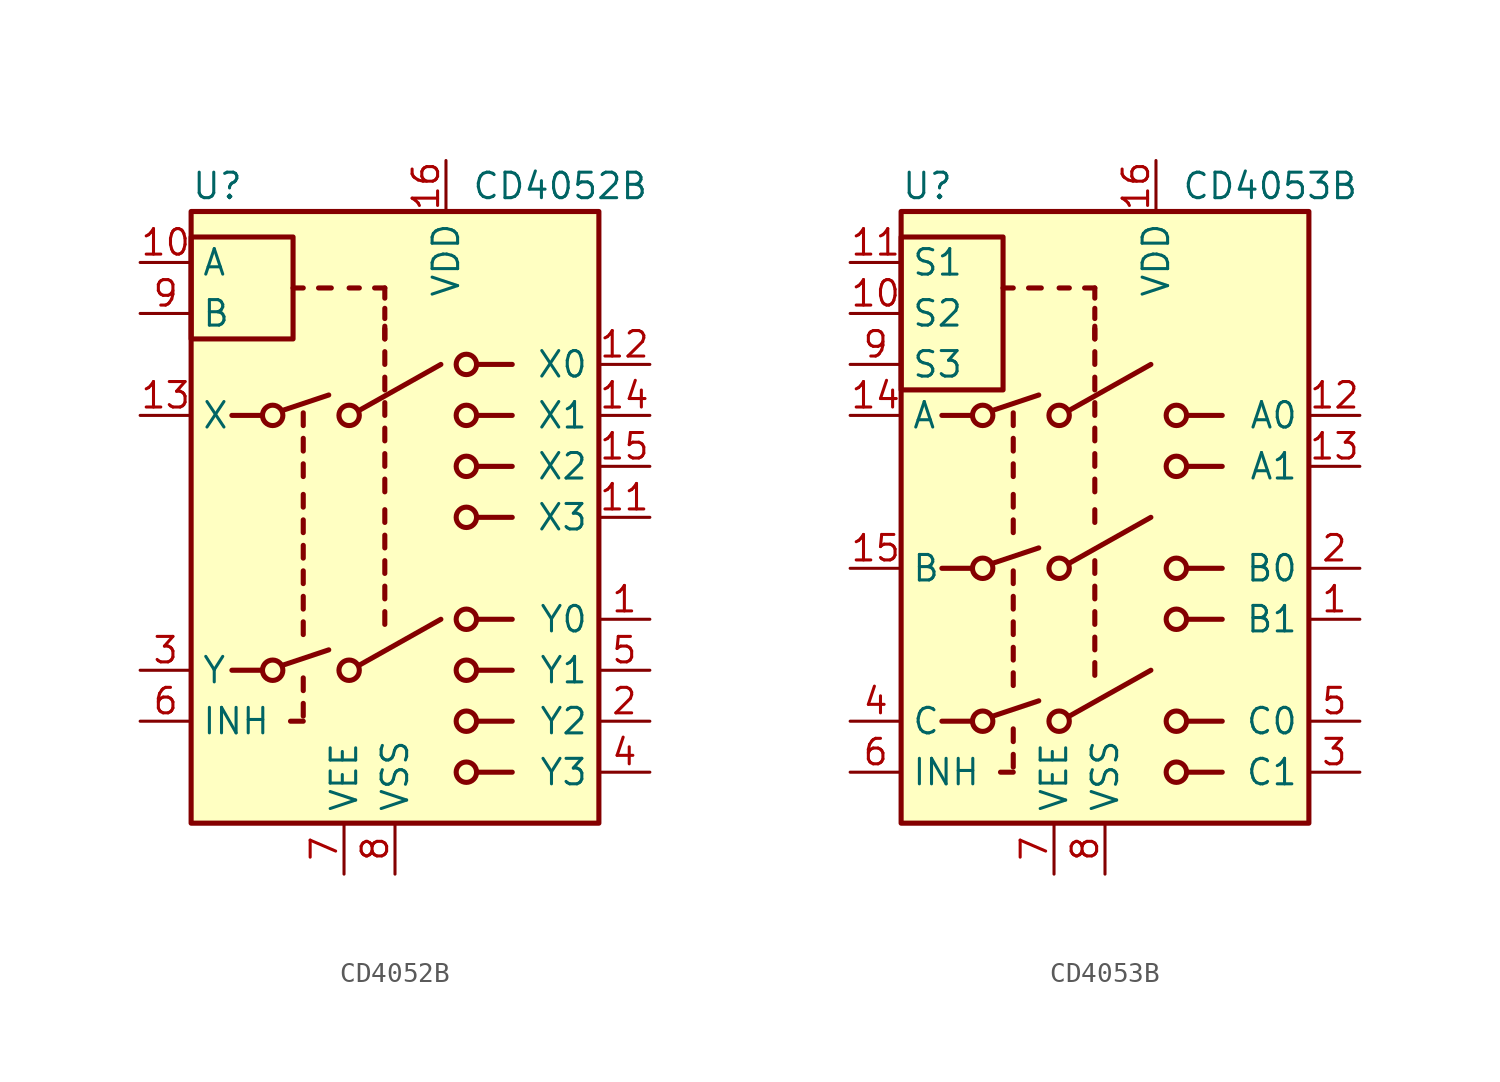
<source format=kicad_sym>
(kicad_symbol_lib
  (version 20220914)
  (generator kicad_symbol_editor)
  (symbol "CD4052B"
    (property "Reference" "U"
      (at -10.16 16.51 0)
      (effects (font (size 1.27 1.27)) (justify left)))
    (property "Value" "CD4052B"
      (at 3.81 16.51 0)
      (effects (font (size 1.27 1.27)) (justify left)))
    (symbol "CD4052B_0_1"
      (rectangle (start -10.16 8.89) (end -5.08 13.97) (stroke (width 0.254) (type default)) (fill (type none)))
      (rectangle (start -10.16 15.24) (end 10.16 -15.24) (stroke (width 0.254) (type default)) (fill (type background)))
      (circle (center -6.096 -7.62) (radius 0.508) (stroke (width 0.254) (type default)) (fill (type none)))
      (circle (center -6.096 5.08) (radius 0.508) (stroke (width 0.254) (type default)) (fill (type none)))
      (circle (center -2.286 -7.62) (radius 0.508) (stroke (width 0.254) (type default)) (fill (type none)))
      (circle (center -2.286 5.08) (radius 0.508) (stroke (width 0.254) (type default)) (fill (type none)))
      (polyline (pts (xy -8.128 -7.62) (xy -6.604 -7.62)) (stroke (width 0.254) (type default)) (fill (type none)))
      (polyline (pts (xy -8.128 5.08) (xy -6.604 5.08)) (stroke (width 0.254) (type default)) (fill (type none)))
      (polyline (pts (xy -5.588 -7.366) (xy -3.302 -6.604)) (stroke (width 0.254) (type default)) (fill (type none)))
      (polyline (pts (xy -5.588 5.334) (xy -3.302 6.096)) (stroke (width 0.254) (type default)) (fill (type none)))
      (polyline (pts (xy -4.572 -10.16) (xy -5.207 -10.16)) (stroke (width 0.254) (type default)) (fill (type none)))
      (polyline (pts (xy -4.572 -9.906) (xy -4.572 -9.271)) (stroke (width 0.254) (type default)) (fill (type none)))
      (polyline (pts (xy -4.572 -8.636) (xy -4.572 -8.001)) (stroke (width 0.254) (type default)) (fill (type none)))
      (polyline (pts (xy -4.572 -5.842) (xy -4.572 -5.207)) (stroke (width 0.254) (type default)) (fill (type none)))
      (polyline (pts (xy -4.572 -4.572) (xy -4.572 -3.937)) (stroke (width 0.254) (type default)) (fill (type none)))
      (polyline (pts (xy -4.572 -3.302) (xy -4.572 -2.667)) (stroke (width 0.254) (type default)) (fill (type none)))
      (polyline (pts (xy -4.572 -2.032) (xy -4.572 -1.397)) (stroke (width 0.254) (type default)) (fill (type none)))
      (polyline (pts (xy -4.572 -0.762) (xy -4.572 -0.127)) (stroke (width 0.254) (type default)) (fill (type none)))
      (polyline (pts (xy -4.572 0.508) (xy -4.572 1.143)) (stroke (width 0.254) (type default)) (fill (type none)))
      (polyline (pts (xy -4.572 2.032) (xy -4.572 2.667)) (stroke (width 0.254) (type default)) (fill (type none)))
      (polyline (pts (xy -4.572 3.302) (xy -4.572 3.937)) (stroke (width 0.254) (type default)) (fill (type none)))
      (polyline (pts (xy -4.572 4.572) (xy -4.572 5.207)) (stroke (width 0.254) (type default)) (fill (type none)))
      (polyline (pts (xy -4.572 11.43) (xy -5.08 11.43)) (stroke (width 0.254) (type default)) (fill (type none)))
      (polyline (pts (xy -3.81 11.43) (xy -3.175 11.43)) (stroke (width 0.254) (type default)) (fill (type none)))
      (polyline (pts (xy -1.778 -7.366) (xy 2.286 -5.08)) (stroke (width 0.254) (type default)) (fill (type none)))
      (polyline (pts (xy -1.778 5.334) (xy 2.286 7.62)) (stroke (width 0.254) (type default)) (fill (type none)))
      (polyline (pts (xy -1.778 11.43) (xy -2.286 11.43)) (stroke (width 0.254) (type default)) (fill (type none)))
      (polyline (pts (xy -0.508 -5.334) (xy -0.508 -4.699)) (stroke (width 0.254) (type default)) (fill (type none)))
      (polyline (pts (xy -0.508 -4.064) (xy -0.508 -3.429)) (stroke (width 0.254) (type default)) (fill (type none)))
      (polyline (pts (xy -0.508 -2.794) (xy -0.508 -2.159)) (stroke (width 0.254) (type default)) (fill (type none)))
      (polyline (pts (xy -0.508 -1.524) (xy -0.508 -0.889)) (stroke (width 0.254) (type default)) (fill (type none)))
      (polyline (pts (xy -0.508 -0.254) (xy -0.508 0.381)) (stroke (width 0.254) (type default)) (fill (type none)))
      (polyline (pts (xy -0.508 1.27) (xy -0.508 1.905)) (stroke (width 0.254) (type default)) (fill (type none)))
      (polyline (pts (xy -0.508 2.54) (xy -0.508 3.175)) (stroke (width 0.254) (type default)) (fill (type none)))
      (polyline (pts (xy -0.508 3.81) (xy -0.508 4.445)) (stroke (width 0.254) (type default)) (fill (type none)))
      (polyline (pts (xy -0.508 5.08) (xy -0.508 5.715)) (stroke (width 0.254) (type default)) (fill (type none)))
      (polyline (pts (xy -0.508 6.35) (xy -0.508 6.985)) (stroke (width 0.254) (type default)) (fill (type none)))
      (polyline (pts (xy -0.508 7.62) (xy -0.508 8.255)) (stroke (width 0.254) (type default)) (fill (type none)))
      (polyline (pts (xy -0.508 8.89) (xy -0.508 9.398)) (stroke (width 0.254) (type default)) (fill (type none)))
      (polyline (pts (xy -0.508 8.89) (xy -0.508 9.525)) (stroke (width 0.254) (type default)) (fill (type none)))
      (polyline (pts (xy -0.508 9.906) (xy -0.508 10.414)) (stroke (width 0.254) (type default)) (fill (type none)))
      (polyline (pts (xy -0.508 10.922) (xy -0.508 11.43)) (stroke (width 0.254) (type default)) (fill (type none)))
      (polyline (pts (xy -0.508 11.43) (xy -1.016 11.43)) (stroke (width 0.254) (type default)) (fill (type none)))
      (polyline (pts (xy 4.064 -12.7) (xy 5.842 -12.7)) (stroke (width 0.254) (type default)) (fill (type none)))
      (polyline (pts (xy 4.064 -10.16) (xy 5.842 -10.16)) (stroke (width 0.254) (type default)) (fill (type none)))
      (polyline (pts (xy 4.064 -7.62) (xy 5.842 -7.62)) (stroke (width 0.254) (type default)) (fill (type none)))
      (polyline (pts (xy 4.064 -5.08) (xy 5.842 -5.08)) (stroke (width 0.254) (type default)) (fill (type none)))
      (polyline (pts (xy 4.064 0) (xy 5.842 0)) (stroke (width 0.254) (type default)) (fill (type none)))
      (polyline (pts (xy 4.064 2.54) (xy 5.842 2.54)) (stroke (width 0.254) (type default)) (fill (type none)))
      (polyline (pts (xy 4.064 5.08) (xy 5.842 5.08)) (stroke (width 0.254) (type default)) (fill (type none)))
      (polyline (pts (xy 4.064 7.62) (xy 5.842 7.62)) (stroke (width 0.254) (type default)) (fill (type none)))
      (circle (center 3.556 -12.7) (radius 0.508) (stroke (width 0.254) (type default)) (fill (type none)))
      (circle (center 3.556 -10.16) (radius 0.508) (stroke (width 0.254) (type default)) (fill (type none)))
      (circle (center 3.556 -7.62) (radius 0.508) (stroke (width 0.254) (type default)) (fill (type none)))
      (circle (center 3.556 -5.08) (radius 0.508) (stroke (width 0.254) (type default)) (fill (type none)))
      (circle (center 3.556 0) (radius 0.508) (stroke (width 0.254) (type default)) (fill (type none)))
      (circle (center 3.556 2.54) (radius 0.508) (stroke (width 0.254) (type default)) (fill (type none)))
      (circle (center 3.556 5.08) (radius 0.508) (stroke (width 0.254) (type default)) (fill (type none)))
      (circle (center 3.556 7.62) (radius 0.508) (stroke (width 0.254) (type default)) (fill (type none))))
    (symbol "CD4052B_1_1"
      (pin bidirectional line (at 12.7 -5.08 180) (length 2.54) (name "Y0" (effects (font (size 1.27 1.27)))) (number "1" (effects (font (size 1.27 1.27)))))
      (pin input line (at -12.7 12.7 0) (length 2.54) (name "A" (effects (font (size 1.27 1.27)))) (number "10" (effects (font (size 1.27 1.27)))))
      (pin bidirectional line (at 12.7 0 180) (length 2.54) (name "X3" (effects (font (size 1.27 1.27)))) (number "11" (effects (font (size 1.27 1.27)))))
      (pin bidirectional line (at 12.7 7.62 180) (length 2.54) (name "X0" (effects (font (size 1.27 1.27)))) (number "12" (effects (font (size 1.27 1.27)))))
      (pin bidirectional line (at -12.7 5.08 0) (length 2.54) (name "X" (effects (font (size 1.27 1.27)))) (number "13" (effects (font (size 1.27 1.27)))))
      (pin bidirectional line (at 12.7 5.08 180) (length 2.54) (name "X1" (effects (font (size 1.27 1.27)))) (number "14" (effects (font (size 1.27 1.27)))))
      (pin bidirectional line (at 12.7 2.54 180) (length 2.54) (name "X2" (effects (font (size 1.27 1.27)))) (number "15" (effects (font (size 1.27 1.27)))))
      (pin power_in line (at 2.54 17.78 270) (length 2.54) (name "VDD" (effects (font (size 1.27 1.27)))) (number "16" (effects (font (size 1.27 1.27)))))
      (pin bidirectional line (at 12.7 -10.16 180) (length 2.54) (name "Y2" (effects (font (size 1.27 1.27)))) (number "2" (effects (font (size 1.27 1.27)))))
      (pin bidirectional line (at -12.7 -7.62 0) (length 2.54) (name "Y" (effects (font (size 1.27 1.27)))) (number "3" (effects (font (size 1.27 1.27)))))
      (pin bidirectional line (at 12.7 -12.7 180) (length 2.54) (name "Y3" (effects (font (size 1.27 1.27)))) (number "4" (effects (font (size 1.27 1.27)))))
      (pin bidirectional line (at 12.7 -7.62 180) (length 2.54) (name "Y1" (effects (font (size 1.27 1.27)))) (number "5" (effects (font (size 1.27 1.27)))))
      (pin input line (at -12.7 -10.16 0) (length 2.54) (name "INH" (effects (font (size 1.27 1.27)))) (number "6" (effects (font (size 1.27 1.27)))))
      (pin power_in line (at -2.54 -17.78 90) (length 2.54) (name "VEE" (effects (font (size 1.27 1.27)))) (number "7" (effects (font (size 1.27 1.27)))))
      (pin power_in line (at 0 -17.78 90) (length 2.54) (name "VSS" (effects (font (size 1.27 1.27)))) (number "8" (effects (font (size 1.27 1.27)))))
      (pin input line (at -12.7 10.16 0) (length 2.54) (name "B" (effects (font (size 1.27 1.27)))) (number "9" (effects (font (size 1.27 1.27)))))))
  (symbol "CD4053B"
    (property "Reference" "U"
      (at -10.16 16.51 0)
      (effects (font (size 1.27 1.27)) (justify left)))
    (property "Value" "CD4053B"
      (at 3.81 16.51 0)
      (effects (font (size 1.27 1.27)) (justify left)))
    (symbol "CD4053B_0_1"
      (rectangle (start -10.16 6.35) (end -5.08 13.97) (stroke (width 0.254) (type default)) (fill (type none)))
      (rectangle (start -10.16 15.24) (end 10.16 -15.24) (stroke (width 0.254) (type default)) (fill (type background)))
      (circle (center -6.096 -10.16) (radius 0.508) (stroke (width 0.254) (type default)) (fill (type none)))
      (circle (center -6.096 -2.54) (radius 0.508) (stroke (width 0.254) (type default)) (fill (type none)))
      (circle (center -6.096 5.08) (radius 0.508) (stroke (width 0.254) (type default)) (fill (type none)))
      (circle (center -2.286 -10.16) (radius 0.508) (stroke (width 0.254) (type default)) (fill (type none)))
      (circle (center -2.286 -2.54) (radius 0.508) (stroke (width 0.254) (type default)) (fill (type none)))
      (circle (center -2.286 5.08) (radius 0.508) (stroke (width 0.254) (type default)) (fill (type none)))
      (polyline (pts (xy -8.128 -10.16) (xy -6.604 -10.16)) (stroke (width 0.254) (type default)) (fill (type none)))
      (polyline (pts (xy -8.128 -2.54) (xy -6.604 -2.54)) (stroke (width 0.254) (type default)) (fill (type none)))
      (polyline (pts (xy -8.128 5.08) (xy -6.604 5.08)) (stroke (width 0.254) (type default)) (fill (type none)))
      (polyline (pts (xy -5.588 -9.906) (xy -3.302 -9.144)) (stroke (width 0.254) (type default)) (fill (type none)))
      (polyline (pts (xy -5.588 -2.286) (xy -3.302 -1.524)) (stroke (width 0.254) (type default)) (fill (type none)))
      (polyline (pts (xy -5.588 5.334) (xy -3.302 6.096)) (stroke (width 0.254) (type default)) (fill (type none)))
      (polyline (pts (xy -4.572 -12.7) (xy -5.207 -12.7)) (stroke (width 0.254) (type default)) (fill (type none)))
      (polyline (pts (xy -4.572 -12.446) (xy -4.572 -11.811)) (stroke (width 0.254) (type default)) (fill (type none)))
      (polyline (pts (xy -4.572 -11.176) (xy -4.572 -10.541)) (stroke (width 0.254) (type default)) (fill (type none)))
      (polyline (pts (xy -4.572 -8.382) (xy -4.572 -7.747)) (stroke (width 0.254) (type default)) (fill (type none)))
      (polyline (pts (xy -4.572 -7.112) (xy -4.572 -6.477)) (stroke (width 0.254) (type default)) (fill (type none)))
      (polyline (pts (xy -4.572 -5.842) (xy -4.572 -5.207)) (stroke (width 0.254) (type default)) (fill (type none)))
      (polyline (pts (xy -4.572 -4.572) (xy -4.572 -3.937)) (stroke (width 0.254) (type default)) (fill (type none)))
      (polyline (pts (xy -4.572 -3.302) (xy -4.572 -2.667)) (stroke (width 0.254) (type default)) (fill (type none)))
      (polyline (pts (xy -4.572 -0.762) (xy -4.572 -0.127)) (stroke (width 0.254) (type default)) (fill (type none)))
      (polyline (pts (xy -4.572 0.508) (xy -4.572 1.143)) (stroke (width 0.254) (type default)) (fill (type none)))
      (polyline (pts (xy -4.572 2.032) (xy -4.572 2.667)) (stroke (width 0.254) (type default)) (fill (type none)))
      (polyline (pts (xy -4.572 3.302) (xy -4.572 3.937)) (stroke (width 0.254) (type default)) (fill (type none)))
      (polyline (pts (xy -4.572 4.572) (xy -4.572 5.207)) (stroke (width 0.254) (type default)) (fill (type none)))
      (polyline (pts (xy -4.572 11.43) (xy -5.08 11.43)) (stroke (width 0.254) (type default)) (fill (type none)))
      (polyline (pts (xy -3.81 11.43) (xy -3.175 11.43)) (stroke (width 0.254) (type default)) (fill (type none)))
      (polyline (pts (xy -1.778 -9.906) (xy 2.286 -7.62)) (stroke (width 0.254) (type default)) (fill (type none)))
      (polyline (pts (xy -1.778 -2.286) (xy 2.286 0)) (stroke (width 0.254) (type default)) (fill (type none)))
      (polyline (pts (xy -1.778 5.334) (xy 2.286 7.62)) (stroke (width 0.254) (type default)) (fill (type none)))
      (polyline (pts (xy -1.778 11.43) (xy -2.286 11.43)) (stroke (width 0.254) (type default)) (fill (type none)))
      (polyline (pts (xy -0.508 -7.874) (xy -0.508 -7.239)) (stroke (width 0.254) (type default)) (fill (type none)))
      (polyline (pts (xy -0.508 -6.604) (xy -0.508 -5.969)) (stroke (width 0.254) (type default)) (fill (type none)))
      (polyline (pts (xy -0.508 -5.334) (xy -0.508 -4.699)) (stroke (width 0.254) (type default)) (fill (type none)))
      (polyline (pts (xy -0.508 -4.064) (xy -0.508 -3.429)) (stroke (width 0.254) (type default)) (fill (type none)))
      (polyline (pts (xy -0.508 -2.794) (xy -0.508 -2.159)) (stroke (width 0.254) (type default)) (fill (type none)))
      (polyline (pts (xy -0.508 -0.254) (xy -0.508 0.381)) (stroke (width 0.254) (type default)) (fill (type none)))
      (polyline (pts (xy -0.508 1.27) (xy -0.508 1.905)) (stroke (width 0.254) (type default)) (fill (type none)))
      (polyline (pts (xy -0.508 2.54) (xy -0.508 3.175)) (stroke (width 0.254) (type default)) (fill (type none)))
      (polyline (pts (xy -0.508 3.81) (xy -0.508 4.445)) (stroke (width 0.254) (type default)) (fill (type none)))
      (polyline (pts (xy -0.508 5.08) (xy -0.508 5.715)) (stroke (width 0.254) (type default)) (fill (type none)))
      (polyline (pts (xy -0.508 6.35) (xy -0.508 6.985)) (stroke (width 0.254) (type default)) (fill (type none)))
      (polyline (pts (xy -0.508 7.62) (xy -0.508 8.255)) (stroke (width 0.254) (type default)) (fill (type none)))
      (polyline (pts (xy -0.508 8.89) (xy -0.508 9.398)) (stroke (width 0.254) (type default)) (fill (type none)))
      (polyline (pts (xy -0.508 8.89) (xy -0.508 9.525)) (stroke (width 0.254) (type default)) (fill (type none)))
      (polyline (pts (xy -0.508 9.906) (xy -0.508 10.414)) (stroke (width 0.254) (type default)) (fill (type none)))
      (polyline (pts (xy -0.508 10.922) (xy -0.508 11.43)) (stroke (width 0.254) (type default)) (fill (type none)))
      (polyline (pts (xy -0.508 11.43) (xy -1.016 11.43)) (stroke (width 0.254) (type default)) (fill (type none)))
      (polyline (pts (xy 4.064 -12.7) (xy 5.842 -12.7)) (stroke (width 0.254) (type default)) (fill (type none)))
      (polyline (pts (xy 4.064 -10.16) (xy 5.842 -10.16)) (stroke (width 0.254) (type default)) (fill (type none)))
      (polyline (pts (xy 4.064 -5.08) (xy 5.842 -5.08)) (stroke (width 0.254) (type default)) (fill (type none)))
      (polyline (pts (xy 4.064 -2.54) (xy 5.842 -2.54)) (stroke (width 0.254) (type default)) (fill (type none)))
      (polyline (pts (xy 4.064 2.54) (xy 5.842 2.54)) (stroke (width 0.254) (type default)) (fill (type none)))
      (polyline (pts (xy 4.064 5.08) (xy 5.842 5.08)) (stroke (width 0.254) (type default)) (fill (type none)))
      (circle (center 3.556 -12.7) (radius 0.508) (stroke (width 0.254) (type default)) (fill (type none)))
      (circle (center 3.556 -10.16) (radius 0.508) (stroke (width 0.254) (type default)) (fill (type none)))
      (circle (center 3.556 -5.08) (radius 0.508) (stroke (width 0.254) (type default)) (fill (type none)))
      (circle (center 3.556 -2.54) (radius 0.508) (stroke (width 0.254) (type default)) (fill (type none)))
      (circle (center 3.556 2.54) (radius 0.508) (stroke (width 0.254) (type default)) (fill (type none)))
      (circle (center 3.556 5.08) (radius 0.508) (stroke (width 0.254) (type default)) (fill (type none))))
    (symbol "CD4053B_1_1"
      (pin bidirectional line (at 12.7 -5.08 180) (length 2.54) (name "B1" (effects (font (size 1.27 1.27)))) (number "1" (effects (font (size 1.27 1.27)))))
      (pin input line (at -12.7 10.16 0) (length 2.54) (name "S2" (effects (font (size 1.27 1.27)))) (number "10" (effects (font (size 1.27 1.27)))))
      (pin input line (at -12.7 12.7 0) (length 2.54) (name "S1" (effects (font (size 1.27 1.27)))) (number "11" (effects (font (size 1.27 1.27)))))
      (pin bidirectional line (at 12.7 5.08 180) (length 2.54) (name "A0" (effects (font (size 1.27 1.27)))) (number "12" (effects (font (size 1.27 1.27)))))
      (pin bidirectional line (at 12.7 2.54 180) (length 2.54) (name "A1" (effects (font (size 1.27 1.27)))) (number "13" (effects (font (size 1.27 1.27)))))
      (pin bidirectional line (at -12.7 5.08 0) (length 2.54) (name "A" (effects (font (size 1.27 1.27)))) (number "14" (effects (font (size 1.27 1.27)))))
      (pin bidirectional line (at -12.7 -2.54 0) (length 2.54) (name "B" (effects (font (size 1.27 1.27)))) (number "15" (effects (font (size 1.27 1.27)))))
      (pin power_in line (at 2.54 17.78 270) (length 2.54) (name "VDD" (effects (font (size 1.27 1.27)))) (number "16" (effects (font (size 1.27 1.27)))))
      (pin bidirectional line (at 12.7 -2.54 180) (length 2.54) (name "B0" (effects (font (size 1.27 1.27)))) (number "2" (effects (font (size 1.27 1.27)))))
      (pin bidirectional line (at 12.7 -12.7 180) (length 2.54) (name "C1" (effects (font (size 1.27 1.27)))) (number "3" (effects (font (size 1.27 1.27)))))
      (pin bidirectional line (at -12.7 -10.16 0) (length 2.54) (name "C" (effects (font (size 1.27 1.27)))) (number "4" (effects (font (size 1.27 1.27)))))
      (pin bidirectional line (at 12.7 -10.16 180) (length 2.54) (name "C0" (effects (font (size 1.27 1.27)))) (number "5" (effects (font (size 1.27 1.27)))))
      (pin input line (at -12.7 -12.7 0) (length 2.54) (name "INH" (effects (font (size 1.27 1.27)))) (number "6" (effects (font (size 1.27 1.27)))))
      (pin power_in line (at -2.54 -17.78 90) (length 2.54) (name "VEE" (effects (font (size 1.27 1.27)))) (number "7" (effects (font (size 1.27 1.27)))))
      (pin power_in line (at 0 -17.78 90) (length 2.54) (name "VSS" (effects (font (size 1.27 1.27)))) (number "8" (effects (font (size 1.27 1.27)))))
      (pin input line (at -12.7 7.62 0) (length 2.54) (name "S3" (effects (font (size 1.27 1.27)))) (number "9" (effects (font (size 1.27 1.27))))))))
</source>
